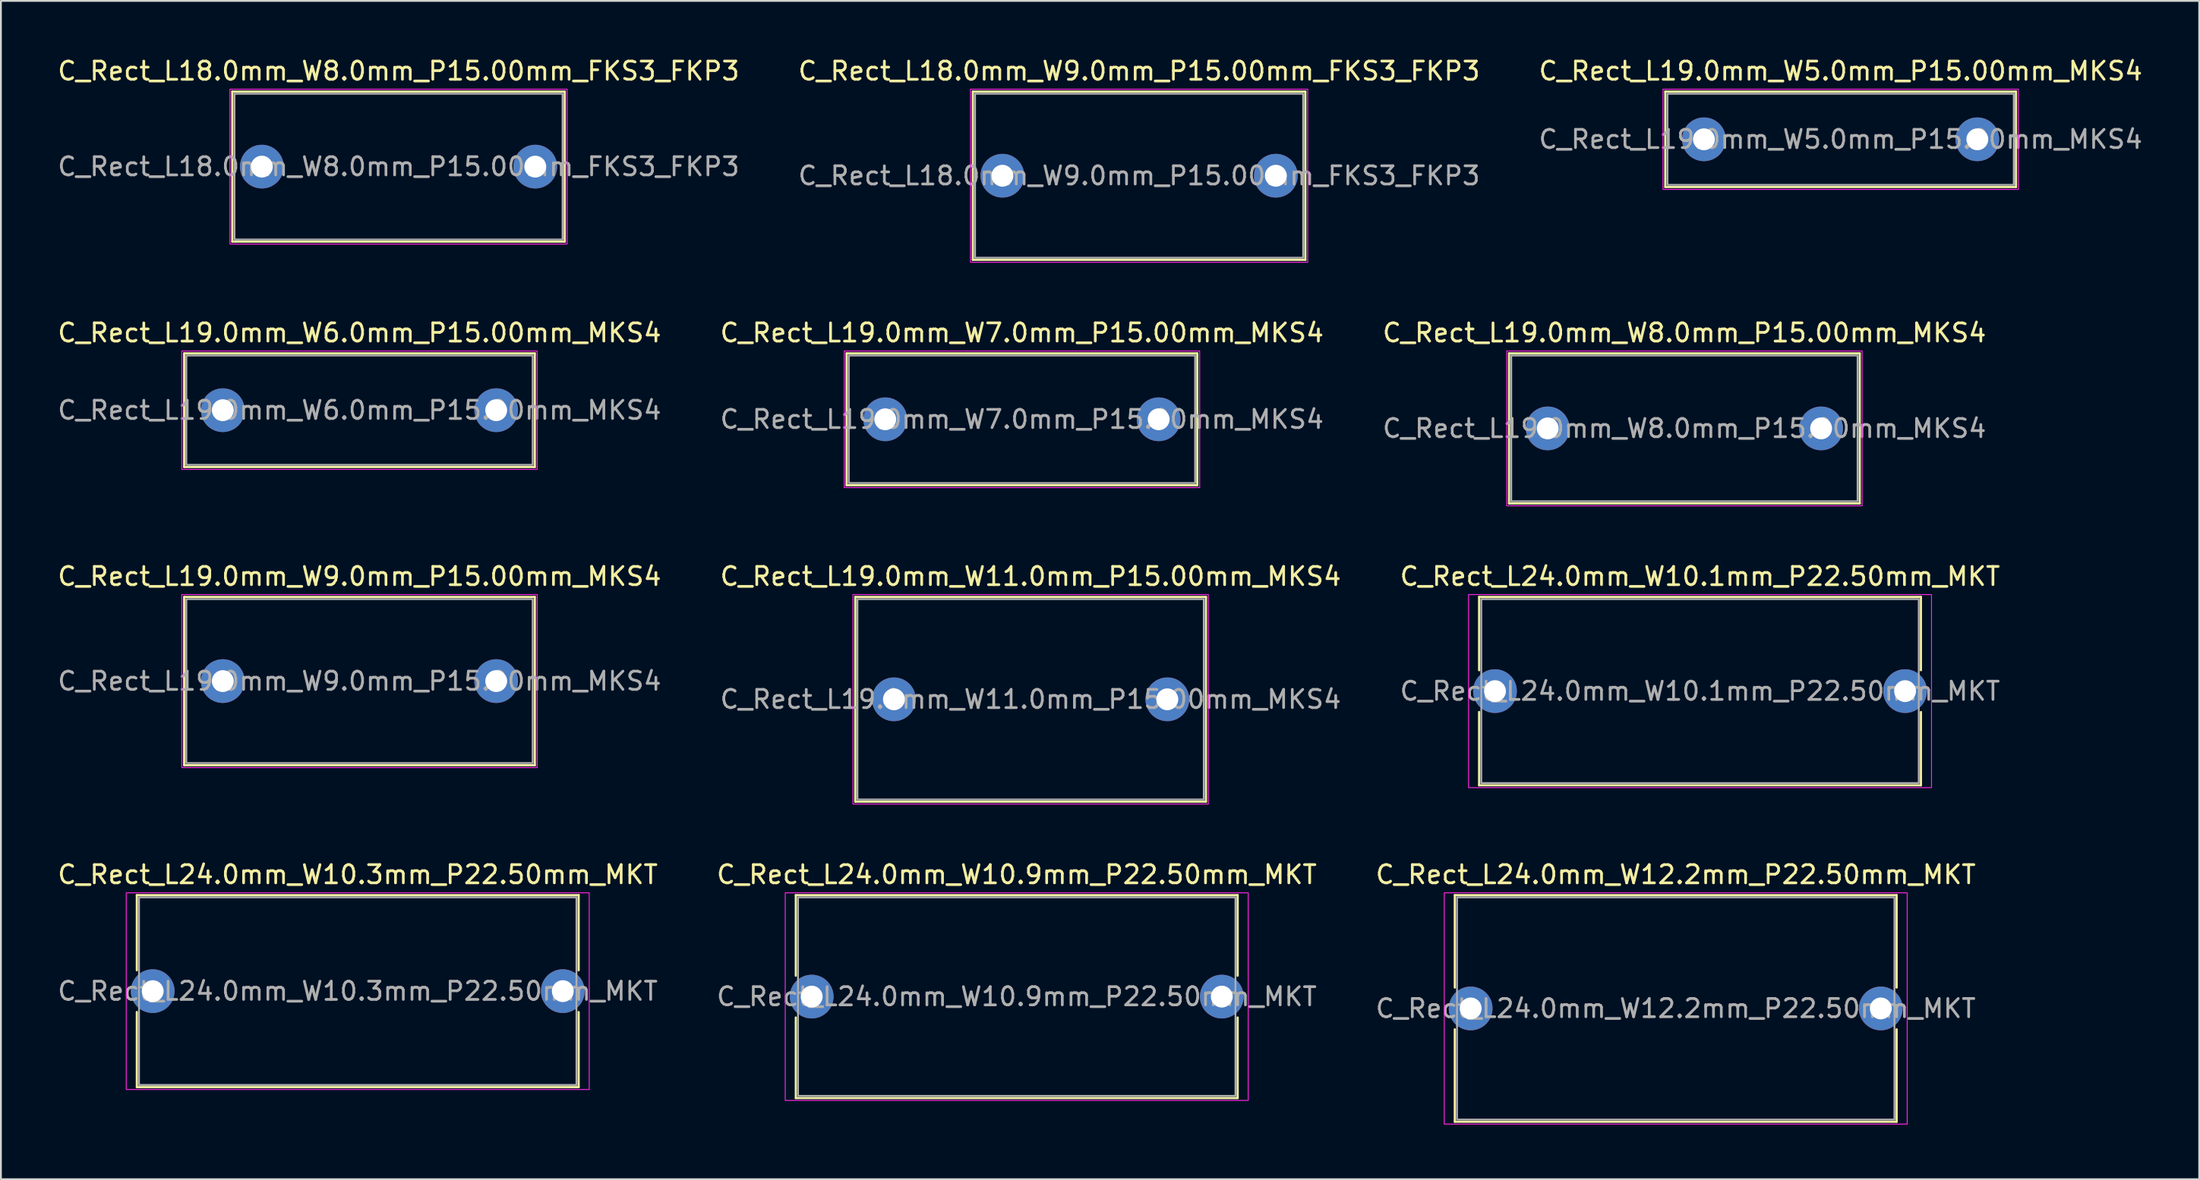
<source format=kicad_pcb>
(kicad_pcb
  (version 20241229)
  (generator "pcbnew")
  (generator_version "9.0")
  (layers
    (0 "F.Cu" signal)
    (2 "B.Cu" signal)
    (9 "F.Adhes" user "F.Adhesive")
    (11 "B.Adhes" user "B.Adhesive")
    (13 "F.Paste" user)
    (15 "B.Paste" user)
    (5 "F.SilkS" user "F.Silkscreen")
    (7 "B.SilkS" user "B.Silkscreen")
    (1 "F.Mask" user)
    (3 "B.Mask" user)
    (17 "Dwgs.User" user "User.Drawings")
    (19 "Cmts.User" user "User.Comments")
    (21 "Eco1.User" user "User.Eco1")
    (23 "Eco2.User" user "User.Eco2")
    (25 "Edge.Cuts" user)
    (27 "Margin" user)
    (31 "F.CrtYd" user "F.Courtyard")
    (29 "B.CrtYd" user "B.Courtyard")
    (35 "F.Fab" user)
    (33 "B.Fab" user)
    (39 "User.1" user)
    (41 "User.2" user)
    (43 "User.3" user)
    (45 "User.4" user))
  (footprint "C_Rect_L19.0mm_W6.0mm_P15.00mm_MKS4"
    (layer "F.Cu")
    (at 9.173 19.471)
    (property "Reference" "C_Rect_L19.0mm_W6.0mm_P15.00mm_MKS4" (at 7.5 -4.25 0) (layer "F.SilkS") (effects (font (size 1 1) (thickness 0.15))))
    (attr through_hole)
    (fp_line (start -2.12 -3.12) (end 17.12 -3.12) (stroke (width 0.12) (type solid)) (layer "F.SilkS"))
    (fp_line (start -2.12 3.12) (end -2.12 -3.12) (stroke (width 0.12) (type solid)) (layer "F.SilkS"))
    (fp_line (start 17.12 -3.12) (end 17.12 3.12) (stroke (width 0.12) (type solid)) (layer "F.SilkS"))
    (fp_line (start 17.12 3.12) (end -2.12 3.12) (stroke (width 0.12) (type solid)) (layer "F.SilkS"))
    (fp_rect (start -2.25 -3.25) (end 17.25 3.25) (stroke (width 0.05) (type solid)) (fill no) (layer "F.CrtYd"))
    (fp_rect (start -2 -3) (end 17 3) (stroke (width 0.1) (type solid)) (fill no) (layer "F.Fab"))
    (fp_text user "${REFERENCE}" (at 7.5 0 0) (layer "F.Fab") (effects (font (size 1 1) (thickness 0.15))))
    (pad "1" thru_hole circle (at 0 0) (size 2.4 2.4) (drill 1.2) (layers "*.Cu" "*.Mask"))
    (pad "2" thru_hole circle (at 15 0) (size 2.4 2.4) (drill 1.2) (layers "*.Cu" "*.Mask")))
  (footprint "C_Rect_L24.0mm_W10.3mm_P22.50mm_MKT"
    (layer "F.Cu")
    (at 5.327 51.368)
    (property "Reference" "C_Rect_L24.0mm_W10.3mm_P22.50mm_MKT" (at 11.25 -6.4 0) (layer "F.SilkS") (effects (font (size 1 1) (thickness 0.15))))
    (attr through_hole)
    (fp_line (start -0.87 -5.27) (end 23.37 -5.27) (stroke (width 0.12) (type solid)) (layer "F.SilkS"))
    (fp_line (start -0.87 -1.147) (end -0.87 -5.27) (stroke (width 0.12) (type solid)) (layer "F.SilkS"))
    (fp_line (start -0.87 5.27) (end -0.87 1.147) (stroke (width 0.12) (type solid)) (layer "F.SilkS"))
    (fp_line (start 23.37 -5.27) (end 23.37 -1.147) (stroke (width 0.12) (type solid)) (layer "F.SilkS"))
    (fp_line (start 23.37 1.147) (end 23.37 5.27) (stroke (width 0.12) (type solid)) (layer "F.SilkS"))
    (fp_line (start 23.37 5.27) (end -0.87 5.27) (stroke (width 0.12) (type solid)) (layer "F.SilkS"))
    (fp_rect (start -1.45 -5.4) (end 23.95 5.4) (stroke (width 0.05) (type solid)) (fill no) (layer "F.CrtYd"))
    (fp_rect (start -0.75 -5.15) (end 23.25 5.15) (stroke (width 0.1) (type solid)) (fill no) (layer "F.Fab"))
    (fp_text user "${REFERENCE}" (at 11.25 0 0) (layer "F.Fab") (effects (font (size 1 1) (thickness 0.15))))
    (pad "1" thru_hole circle (at 0 0) (size 2.4 2.4) (drill 1.2) (layers "*.Cu" "*.Mask"))
    (pad "2" thru_hole circle (at 22.5 0) (size 2.4 2.4) (drill 1.2) (layers "*.Cu" "*.Mask")))
  (footprint "C_Rect_L19.0mm_W9.0mm_P15.00mm_MKS4"
    (layer "F.Cu")
    (at 9.173 34.345)
    (property "Reference" "C_Rect_L19.0mm_W9.0mm_P15.00mm_MKS4" (at 7.5 -5.75 0) (layer "F.SilkS") (effects (font (size 1 1) (thickness 0.15))))
    (attr through_hole)
    (fp_line (start -2.12 -4.62) (end 17.12 -4.62) (stroke (width 0.12) (type solid)) (layer "F.SilkS"))
    (fp_line (start -2.12 4.62) (end -2.12 -4.62) (stroke (width 0.12) (type solid)) (layer "F.SilkS"))
    (fp_line (start 17.12 -4.62) (end 17.12 4.62) (stroke (width 0.12) (type solid)) (layer "F.SilkS"))
    (fp_line (start 17.12 4.62) (end -2.12 4.62) (stroke (width 0.12) (type solid)) (layer "F.SilkS"))
    (fp_rect (start -2.25 -4.75) (end 17.25 4.75) (stroke (width 0.05) (type solid)) (fill no) (layer "F.CrtYd"))
    (fp_rect (start -2 -4.5) (end 17 4.5) (stroke (width 0.1) (type solid)) (fill no) (layer "F.Fab"))
    (fp_text user "${REFERENCE}" (at 7.5 0 0) (layer "F.Fab") (effects (font (size 1 1) (thickness 0.15))))
    (pad "1" thru_hole circle (at 0 0) (size 2.4 2.4) (drill 1.2) (layers "*.Cu" "*.Mask"))
    (pad "2" thru_hole circle (at 15 0) (size 2.4 2.4) (drill 1.2) (layers "*.Cu" "*.Mask")))
  (footprint "C_Rect_L19.0mm_W5.0mm_P15.00mm_MKS4"
    (layer "F.Cu")
    (at 90.435 4.598)
    (property "Reference" "C_Rect_L19.0mm_W5.0mm_P15.00mm_MKS4" (at 7.5 -3.75 0) (layer "F.SilkS") (effects (font (size 1 1) (thickness 0.15))))
    (attr through_hole)
    (fp_line (start -2.12 -2.62) (end 17.12 -2.62) (stroke (width 0.12) (type solid)) (layer "F.SilkS"))
    (fp_line (start -2.12 2.62) (end -2.12 -2.62) (stroke (width 0.12) (type solid)) (layer "F.SilkS"))
    (fp_line (start 17.12 -2.62) (end 17.12 2.62) (stroke (width 0.12) (type solid)) (layer "F.SilkS"))
    (fp_line (start 17.12 2.62) (end -2.12 2.62) (stroke (width 0.12) (type solid)) (layer "F.SilkS"))
    (fp_rect (start -2.25 -2.75) (end 17.25 2.75) (stroke (width 0.05) (type solid)) (fill no) (layer "F.CrtYd"))
    (fp_rect (start -2 -2.5) (end 17 2.5) (stroke (width 0.1) (type solid)) (fill no) (layer "F.Fab"))
    (fp_text user "${REFERENCE}" (at 7.5 0 0) (layer "F.Fab") (effects (font (size 1 1) (thickness 0.15))))
    (pad "1" thru_hole circle (at 0 0) (size 2.4 2.4) (drill 1.2) (layers "*.Cu" "*.Mask"))
    (pad "2" thru_hole circle (at 15 0) (size 2.4 2.4) (drill 1.2) (layers "*.Cu" "*.Mask")))
  (footprint "C_Rect_L19.0mm_W11.0mm_P15.00mm_MKS4"
    (layer "F.Cu")
    (at 45.994 35.345)
    (property "Reference" "C_Rect_L19.0mm_W11.0mm_P15.00mm_MKS4" (at 7.5 -6.75 0) (layer "F.SilkS") (effects (font (size 1 1) (thickness 0.15))))
    (attr through_hole)
    (fp_line (start -2.12 -5.62) (end 17.12 -5.62) (stroke (width 0.12) (type solid)) (layer "F.SilkS"))
    (fp_line (start -2.12 5.62) (end -2.12 -5.62) (stroke (width 0.12) (type solid)) (layer "F.SilkS"))
    (fp_line (start 17.12 -5.62) (end 17.12 5.62) (stroke (width 0.12) (type solid)) (layer "F.SilkS"))
    (fp_line (start 17.12 5.62) (end -2.12 5.62) (stroke (width 0.12) (type solid)) (layer "F.SilkS"))
    (fp_rect (start -2.25 -5.75) (end 17.25 5.75) (stroke (width 0.05) (type solid)) (fill no) (layer "F.CrtYd"))
    (fp_rect (start -2 -5.5) (end 17 5.5) (stroke (width 0.1) (type solid)) (fill no) (layer "F.Fab"))
    (fp_text user "${REFERENCE}" (at 7.5 0 0) (layer "F.Fab") (effects (font (size 1 1) (thickness 0.15))))
    (pad "1" thru_hole circle (at 0 0) (size 2.4 2.4) (drill 1.2) (layers "*.Cu" "*.Mask"))
    (pad "2" thru_hole circle (at 15 0) (size 2.4 2.4) (drill 1.2) (layers "*.Cu" "*.Mask")))
  (footprint "C_Rect_L18.0mm_W9.0mm_P15.00mm_FKS3_FKP3"
    (layer "F.Cu")
    (at 51.946 6.598)
    (property "Reference" "C_Rect_L18.0mm_W9.0mm_P15.00mm_FKS3_FKP3" (at 7.5 -5.75 0) (layer "F.SilkS") (effects (font (size 1 1) (thickness 0.15))))
    (attr through_hole)
    (fp_line (start -1.62 -4.62) (end 16.62 -4.62) (stroke (width 0.12) (type solid)) (layer "F.SilkS"))
    (fp_line (start -1.62 4.62) (end -1.62 -4.62) (stroke (width 0.12) (type solid)) (layer "F.SilkS"))
    (fp_line (start 16.62 -4.62) (end 16.62 4.62) (stroke (width 0.12) (type solid)) (layer "F.SilkS"))
    (fp_line (start 16.62 4.62) (end -1.62 4.62) (stroke (width 0.12) (type solid)) (layer "F.SilkS"))
    (fp_rect (start -1.75 -4.75) (end 16.75 4.75) (stroke (width 0.05) (type solid)) (fill no) (layer "F.CrtYd"))
    (fp_rect (start -1.5 -4.5) (end 16.5 4.5) (stroke (width 0.1) (type solid)) (fill no) (layer "F.Fab"))
    (fp_text user "${REFERENCE}" (at 7.5 0 0) (layer "F.Fab") (effects (font (size 1 1) (thickness 0.15))))
    (pad "1" thru_hole circle (at 0 0) (size 2.4 2.4) (drill 1.2) (layers "*.Cu" "*.Mask"))
    (pad "2" thru_hole circle (at 15 0) (size 2.4 2.4) (drill 1.2) (layers "*.Cu" "*.Mask")))
  (footprint "C_Rect_L24.0mm_W10.1mm_P22.50mm_MKT"
    (layer "F.Cu")
    (at 78.97 34.895)
    (property "Reference" "C_Rect_L24.0mm_W10.1mm_P22.50mm_MKT" (at 11.25 -6.3 0) (layer "F.SilkS") (effects (font (size 1 1) (thickness 0.15))))
    (attr through_hole)
    (fp_line (start -0.87 -5.17) (end 23.37 -5.17) (stroke (width 0.12) (type solid)) (layer "F.SilkS"))
    (fp_line (start -0.87 -1.147) (end -0.87 -5.17) (stroke (width 0.12) (type solid)) (layer "F.SilkS"))
    (fp_line (start -0.87 5.17) (end -0.87 1.147) (stroke (width 0.12) (type solid)) (layer "F.SilkS"))
    (fp_line (start 23.37 -5.17) (end 23.37 -1.147) (stroke (width 0.12) (type solid)) (layer "F.SilkS"))
    (fp_line (start 23.37 1.147) (end 23.37 5.17) (stroke (width 0.12) (type solid)) (layer "F.SilkS"))
    (fp_line (start 23.37 5.17) (end -0.87 5.17) (stroke (width 0.12) (type solid)) (layer "F.SilkS"))
    (fp_rect (start -1.45 -5.3) (end 23.95 5.3) (stroke (width 0.05) (type solid)) (fill no) (layer "F.CrtYd"))
    (fp_rect (start -0.75 -5.05) (end 23.25 5.05) (stroke (width 0.1) (type solid)) (fill no) (layer "F.Fab"))
    (fp_text user "${REFERENCE}" (at 11.25 0 0) (layer "F.Fab") (effects (font (size 1 1) (thickness 0.15))))
    (pad "1" thru_hole circle (at 0 0) (size 2.4 2.4) (drill 1.2) (layers "*.Cu" "*.Mask"))
    (pad "2" thru_hole circle (at 22.5 0) (size 2.4 2.4) (drill 1.2) (layers "*.Cu" "*.Mask")))
  (footprint "C_Rect_L19.0mm_W7.0mm_P15.00mm_MKS4"
    (layer "F.Cu")
    (at 45.518 19.971)
    (property "Reference" "C_Rect_L19.0mm_W7.0mm_P15.00mm_MKS4" (at 7.5 -4.75 0) (layer "F.SilkS") (effects (font (size 1 1) (thickness 0.15))))
    (attr through_hole)
    (fp_line (start -2.12 -3.62) (end 17.12 -3.62) (stroke (width 0.12) (type solid)) (layer "F.SilkS"))
    (fp_line (start -2.12 3.62) (end -2.12 -3.62) (stroke (width 0.12) (type solid)) (layer "F.SilkS"))
    (fp_line (start 17.12 -3.62) (end 17.12 3.62) (stroke (width 0.12) (type solid)) (layer "F.SilkS"))
    (fp_line (start 17.12 3.62) (end -2.12 3.62) (stroke (width 0.12) (type solid)) (layer "F.SilkS"))
    (fp_rect (start -2.25 -3.75) (end 17.25 3.75) (stroke (width 0.05) (type solid)) (fill no) (layer "F.CrtYd"))
    (fp_rect (start -2 -3.5) (end 17 3.5) (stroke (width 0.1) (type solid)) (fill no) (layer "F.Fab"))
    (fp_text user "${REFERENCE}" (at 7.5 0 0) (layer "F.Fab") (effects (font (size 1 1) (thickness 0.15))))
    (pad "1" thru_hole circle (at 0 0) (size 2.4 2.4) (drill 1.2) (layers "*.Cu" "*.Mask"))
    (pad "2" thru_hole circle (at 15 0) (size 2.4 2.4) (drill 1.2) (layers "*.Cu" "*.Mask")))
  (footprint "C_Rect_L24.0mm_W12.2mm_P22.50mm_MKT"
    (layer "F.Cu")
    (at 77.637 52.318)
    (property "Reference" "C_Rect_L24.0mm_W12.2mm_P22.50mm_MKT" (at 11.25 -7.35 0) (layer "F.SilkS") (effects (font (size 1 1) (thickness 0.15))))
    (attr through_hole)
    (fp_line (start -0.87 -6.22) (end 23.37 -6.22) (stroke (width 0.12) (type solid)) (layer "F.SilkS"))
    (fp_line (start -0.87 -1.147) (end -0.87 -6.22) (stroke (width 0.12) (type solid)) (layer "F.SilkS"))
    (fp_line (start -0.87 6.22) (end -0.87 1.147) (stroke (width 0.12) (type solid)) (layer "F.SilkS"))
    (fp_line (start 23.37 -6.22) (end 23.37 -1.147) (stroke (width 0.12) (type solid)) (layer "F.SilkS"))
    (fp_line (start 23.37 1.147) (end 23.37 6.22) (stroke (width 0.12) (type solid)) (layer "F.SilkS"))
    (fp_line (start 23.37 6.22) (end -0.87 6.22) (stroke (width 0.12) (type solid)) (layer "F.SilkS"))
    (fp_rect (start -1.45 -6.35) (end 23.95 6.35) (stroke (width 0.05) (type solid)) (fill no) (layer "F.CrtYd"))
    (fp_rect (start -0.75 -6.1) (end 23.25 6.1) (stroke (width 0.1) (type solid)) (fill no) (layer "F.Fab"))
    (fp_text user "${REFERENCE}" (at 11.25 0 0) (layer "F.Fab") (effects (font (size 1 1) (thickness 0.15))))
    (pad "1" thru_hole circle (at 0 0) (size 2.4 2.4) (drill 1.2) (layers "*.Cu" "*.Mask"))
    (pad "2" thru_hole circle (at 22.5 0) (size 2.4 2.4) (drill 1.2) (layers "*.Cu" "*.Mask")))
  (footprint "C_Rect_L19.0mm_W8.0mm_P15.00mm_MKS4"
    (layer "F.Cu")
    (at 81.863 20.471)
    (property "Reference" "C_Rect_L19.0mm_W8.0mm_P15.00mm_MKS4" (at 7.5 -5.25 0) (layer "F.SilkS") (effects (font (size 1 1) (thickness 0.15))))
    (attr through_hole)
    (fp_line (start -2.12 -4.12) (end 17.12 -4.12) (stroke (width 0.12) (type solid)) (layer "F.SilkS"))
    (fp_line (start -2.12 4.12) (end -2.12 -4.12) (stroke (width 0.12) (type solid)) (layer "F.SilkS"))
    (fp_line (start 17.12 -4.12) (end 17.12 4.12) (stroke (width 0.12) (type solid)) (layer "F.SilkS"))
    (fp_line (start 17.12 4.12) (end -2.12 4.12) (stroke (width 0.12) (type solid)) (layer "F.SilkS"))
    (fp_rect (start -2.25 -4.25) (end 17.25 4.25) (stroke (width 0.05) (type solid)) (fill no) (layer "F.CrtYd"))
    (fp_rect (start -2 -4) (end 17 4) (stroke (width 0.1) (type solid)) (fill no) (layer "F.Fab"))
    (fp_text user "${REFERENCE}" (at 7.5 0 0) (layer "F.Fab") (effects (font (size 1 1) (thickness 0.15))))
    (pad "1" thru_hole circle (at 0 0) (size 2.4 2.4) (drill 1.2) (layers "*.Cu" "*.Mask"))
    (pad "2" thru_hole circle (at 15 0) (size 2.4 2.4) (drill 1.2) (layers "*.Cu" "*.Mask")))
  (footprint "C_Rect_L18.0mm_W8.0mm_P15.00mm_FKS3_FKP3"
    (layer "F.Cu")
    (at 11.315 6.098)
    (property "Reference" "C_Rect_L18.0mm_W8.0mm_P15.00mm_FKS3_FKP3" (at 7.5 -5.25 0) (layer "F.SilkS") (effects (font (size 1 1) (thickness 0.15))))
    (attr through_hole)
    (fp_line (start -1.62 -4.12) (end 16.62 -4.12) (stroke (width 0.12) (type solid)) (layer "F.SilkS"))
    (fp_line (start -1.62 4.12) (end -1.62 -4.12) (stroke (width 0.12) (type solid)) (layer "F.SilkS"))
    (fp_line (start 16.62 -4.12) (end 16.62 4.12) (stroke (width 0.12) (type solid)) (layer "F.SilkS"))
    (fp_line (start 16.62 4.12) (end -1.62 4.12) (stroke (width 0.12) (type solid)) (layer "F.SilkS"))
    (fp_rect (start -1.75 -4.25) (end 16.75 4.25) (stroke (width 0.05) (type solid)) (fill no) (layer "F.CrtYd"))
    (fp_rect (start -1.5 -4) (end 16.5 4) (stroke (width 0.1) (type solid)) (fill no) (layer "F.Fab"))
    (fp_text user "${REFERENCE}" (at 7.5 0 0) (layer "F.Fab") (effects (font (size 1 1) (thickness 0.15))))
    (pad "1" thru_hole circle (at 0 0) (size 2.4 2.4) (drill 1.2) (layers "*.Cu" "*.Mask"))
    (pad "2" thru_hole circle (at 15 0) (size 2.4 2.4) (drill 1.2) (layers "*.Cu" "*.Mask")))
  (footprint "C_Rect_L24.0mm_W10.9mm_P22.50mm_MKT"
    (layer "F.Cu")
    (at 41.482 51.668)
    (property "Reference" "C_Rect_L24.0mm_W10.9mm_P22.50mm_MKT" (at 11.25 -6.7 0) (layer "F.SilkS") (effects (font (size 1 1) (thickness 0.15))))
    (attr through_hole)
    (fp_line (start -0.87 -5.57) (end 23.37 -5.57) (stroke (width 0.12) (type solid)) (layer "F.SilkS"))
    (fp_line (start -0.87 -1.147) (end -0.87 -5.57) (stroke (width 0.12) (type solid)) (layer "F.SilkS"))
    (fp_line (start -0.87 5.57) (end -0.87 1.147) (stroke (width 0.12) (type solid)) (layer "F.SilkS"))
    (fp_line (start 23.37 -5.57) (end 23.37 -1.147) (stroke (width 0.12) (type solid)) (layer "F.SilkS"))
    (fp_line (start 23.37 1.147) (end 23.37 5.57) (stroke (width 0.12) (type solid)) (layer "F.SilkS"))
    (fp_line (start 23.37 5.57) (end -0.87 5.57) (stroke (width 0.12) (type solid)) (layer "F.SilkS"))
    (fp_rect (start -1.45 -5.7) (end 23.95 5.7) (stroke (width 0.05) (type solid)) (fill no) (layer "F.CrtYd"))
    (fp_rect (start -0.75 -5.45) (end 23.25 5.45) (stroke (width 0.1) (type solid)) (fill no) (layer "F.Fab"))
    (fp_text user "${REFERENCE}" (at 11.25 0 0) (layer "F.Fab") (effects (font (size 1 1) (thickness 0.15))))
    (pad "1" thru_hole circle (at 0 0) (size 2.4 2.4) (drill 1.2) (layers "*.Cu" "*.Mask"))
    (pad "2" thru_hole circle (at 22.5 0) (size 2.4 2.4) (drill 1.2) (layers "*.Cu" "*.Mask")))
  (gr_rect
    (start -3 -3)
    (end 117.607 61.693)
    (stroke (width 0.1) (type default))
    (fill no)
    (layer "Edge.Cuts")))
</source>
